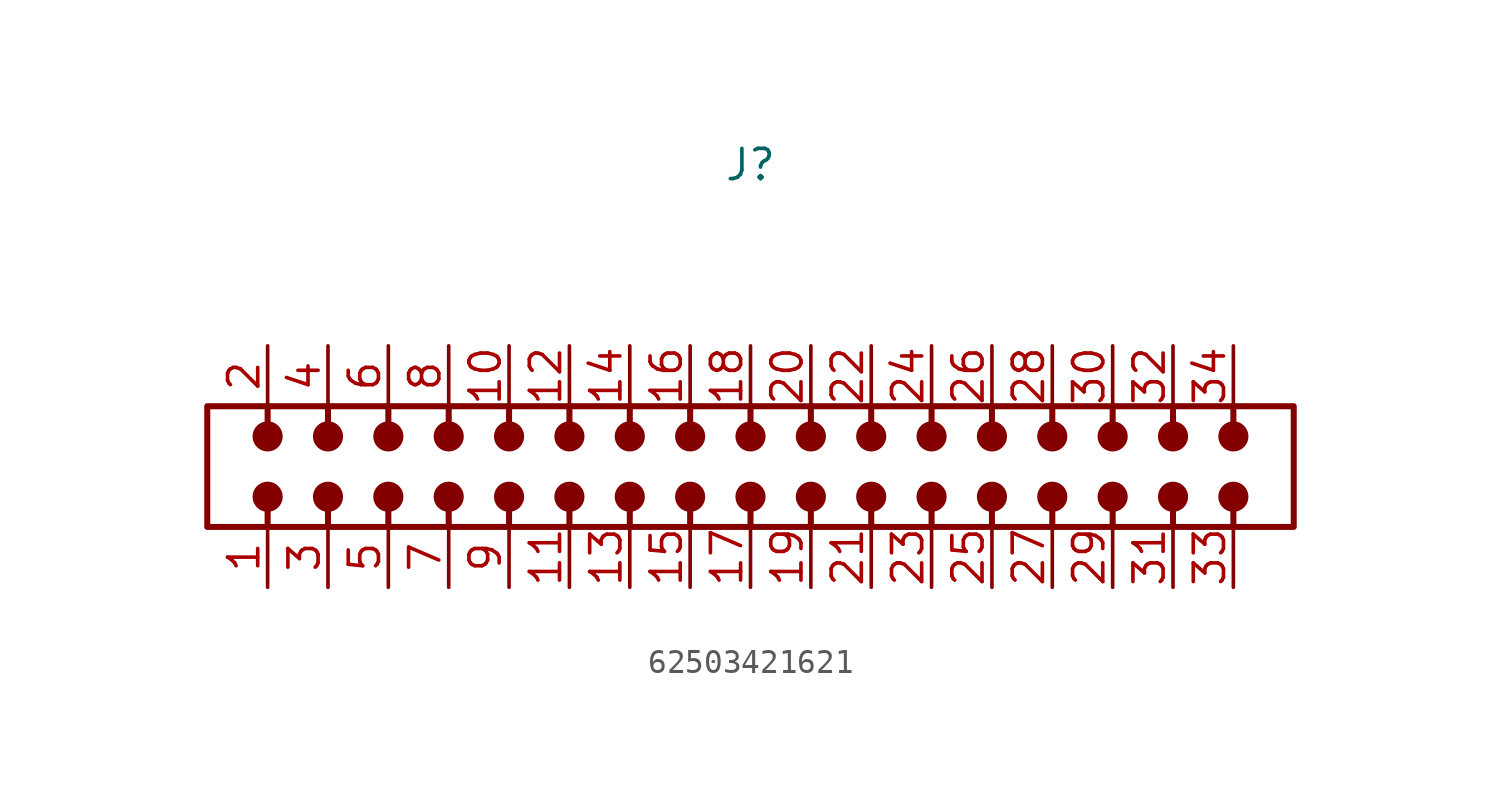
<source format=kicad_sym>
(kicad_symbol_lib
  (version 20241209)
  (generator "kicad_symbol_editor")
  (generator_version "9.0")
  (symbol "62503421621"
    (pin_names
      (hide yes))
    (property "Reference" "J"
      (at 0 12.7 0)
      (effects (font (size 1.27 1.27))))
    (symbol "62503421621_1_1"
      (rectangle (start -22.86 2.54) (end 22.86 -2.54) (stroke (width 0.254) (type solid)) (fill (type none)))
      (polyline (pts (xy -20.32 1.778) (xy -20.32 2.54)) (stroke (width 0.254) (type solid)) (fill (type none)))
      (circle (center -20.32 1.27) (radius 0.508) (stroke (width 0.254) (type solid)) (fill (type outline)))
      (circle (center -20.32 -1.27) (radius 0.508) (stroke (width 0.254) (type solid)) (fill (type outline)))
      (polyline (pts (xy -20.32 -1.778) (xy -20.32 -2.54)) (stroke (width 0.254) (type solid)) (fill (type none)))
      (polyline (pts (xy -17.78 1.778) (xy -17.78 2.54)) (stroke (width 0.254) (type solid)) (fill (type none)))
      (circle (center -17.78 1.27) (radius 0.508) (stroke (width 0.254) (type solid)) (fill (type outline)))
      (circle (center -17.78 -1.27) (radius 0.508) (stroke (width 0.254) (type solid)) (fill (type outline)))
      (polyline (pts (xy -17.78 -1.778) (xy -17.78 -2.54)) (stroke (width 0.254) (type solid)) (fill (type none)))
      (polyline (pts (xy -15.24 1.778) (xy -15.24 2.54)) (stroke (width 0.254) (type solid)) (fill (type none)))
      (circle (center -15.24 1.27) (radius 0.508) (stroke (width 0.254) (type solid)) (fill (type outline)))
      (circle (center -15.24 -1.27) (radius 0.508) (stroke (width 0.254) (type solid)) (fill (type outline)))
      (polyline (pts (xy -15.24 -1.778) (xy -15.24 -2.54)) (stroke (width 0.254) (type solid)) (fill (type none)))
      (polyline (pts (xy -12.7 1.778) (xy -12.7 2.54)) (stroke (width 0.254) (type solid)) (fill (type none)))
      (circle (center -12.7 1.27) (radius 0.508) (stroke (width 0.254) (type solid)) (fill (type outline)))
      (circle (center -12.7 -1.27) (radius 0.508) (stroke (width 0.254) (type solid)) (fill (type outline)))
      (polyline (pts (xy -12.7 -1.778) (xy -12.7 -2.54)) (stroke (width 0.254) (type solid)) (fill (type none)))
      (polyline (pts (xy -10.16 1.778) (xy -10.16 2.54)) (stroke (width 0.254) (type solid)) (fill (type none)))
      (circle (center -10.16 1.27) (radius 0.508) (stroke (width 0.254) (type solid)) (fill (type outline)))
      (circle (center -10.16 -1.27) (radius 0.508) (stroke (width 0.254) (type solid)) (fill (type outline)))
      (polyline (pts (xy -10.16 -1.778) (xy -10.16 -2.54)) (stroke (width 0.254) (type solid)) (fill (type none)))
      (polyline (pts (xy -7.62 1.778) (xy -7.62 2.54)) (stroke (width 0.254) (type solid)) (fill (type none)))
      (circle (center -7.62 1.27) (radius 0.508) (stroke (width 0.254) (type solid)) (fill (type outline)))
      (circle (center -7.62 -1.27) (radius 0.508) (stroke (width 0.254) (type solid)) (fill (type outline)))
      (polyline (pts (xy -7.62 -1.778) (xy -7.62 -2.54)) (stroke (width 0.254) (type solid)) (fill (type none)))
      (polyline (pts (xy -5.08 1.778) (xy -5.08 2.54)) (stroke (width 0.254) (type solid)) (fill (type none)))
      (circle (center -5.08 1.27) (radius 0.508) (stroke (width 0.254) (type solid)) (fill (type outline)))
      (circle (center -5.08 -1.27) (radius 0.508) (stroke (width 0.254) (type solid)) (fill (type outline)))
      (polyline (pts (xy -5.08 -1.778) (xy -5.08 -2.54)) (stroke (width 0.254) (type solid)) (fill (type none)))
      (polyline (pts (xy -2.54 1.778) (xy -2.54 2.54)) (stroke (width 0.254) (type solid)) (fill (type none)))
      (circle (center -2.54 1.27) (radius 0.508) (stroke (width 0.254) (type solid)) (fill (type outline)))
      (circle (center -2.54 -1.27) (radius 0.508) (stroke (width 0.254) (type solid)) (fill (type outline)))
      (polyline (pts (xy -2.54 -1.778) (xy -2.54 -2.54)) (stroke (width 0.254) (type solid)) (fill (type none)))
      (polyline (pts (xy 0 1.778) (xy 0 2.54)) (stroke (width 0.254) (type solid)) (fill (type none)))
      (circle (center 0 1.27) (radius 0.508) (stroke (width 0.254) (type solid)) (fill (type outline)))
      (circle (center 0 -1.27) (radius 0.508) (stroke (width 0.254) (type solid)) (fill (type outline)))
      (polyline (pts (xy 0 -1.778) (xy 0 -2.54)) (stroke (width 0.254) (type solid)) (fill (type none)))
      (polyline (pts (xy 2.54 1.778) (xy 2.54 2.54)) (stroke (width 0.254) (type solid)) (fill (type none)))
      (circle (center 2.54 1.27) (radius 0.508) (stroke (width 0.254) (type solid)) (fill (type outline)))
      (circle (center 2.54 -1.27) (radius 0.508) (stroke (width 0.254) (type solid)) (fill (type outline)))
      (polyline (pts (xy 2.54 -1.778) (xy 2.54 -2.54)) (stroke (width 0.254) (type solid)) (fill (type none)))
      (polyline (pts (xy 5.08 1.778) (xy 5.08 2.54)) (stroke (width 0.254) (type solid)) (fill (type none)))
      (circle (center 5.08 1.27) (radius 0.508) (stroke (width 0.254) (type solid)) (fill (type outline)))
      (circle (center 5.08 -1.27) (radius 0.508) (stroke (width 0.254) (type solid)) (fill (type outline)))
      (polyline (pts (xy 5.08 -1.778) (xy 5.08 -2.54)) (stroke (width 0.254) (type solid)) (fill (type none)))
      (polyline (pts (xy 7.62 1.778) (xy 7.62 2.54)) (stroke (width 0.254) (type solid)) (fill (type none)))
      (circle (center 7.62 1.27) (radius 0.508) (stroke (width 0.254) (type solid)) (fill (type outline)))
      (circle (center 7.62 -1.27) (radius 0.508) (stroke (width 0.254) (type solid)) (fill (type outline)))
      (polyline (pts (xy 7.62 -1.778) (xy 7.62 -2.54)) (stroke (width 0.254) (type solid)) (fill (type none)))
      (polyline (pts (xy 10.16 1.778) (xy 10.16 2.54)) (stroke (width 0.254) (type solid)) (fill (type none)))
      (circle (center 10.16 1.27) (radius 0.508) (stroke (width 0.254) (type solid)) (fill (type outline)))
      (circle (center 10.16 -1.27) (radius 0.508) (stroke (width 0.254) (type solid)) (fill (type outline)))
      (polyline (pts (xy 10.16 -1.778) (xy 10.16 -2.54)) (stroke (width 0.254) (type solid)) (fill (type none)))
      (polyline (pts (xy 12.7 1.778) (xy 12.7 2.54)) (stroke (width 0.254) (type solid)) (fill (type none)))
      (circle (center 12.7 1.27) (radius 0.508) (stroke (width 0.254) (type solid)) (fill (type outline)))
      (circle (center 12.7 -1.27) (radius 0.508) (stroke (width 0.254) (type solid)) (fill (type outline)))
      (polyline (pts (xy 12.7 -1.778) (xy 12.7 -2.54)) (stroke (width 0.254) (type solid)) (fill (type none)))
      (polyline (pts (xy 15.24 1.778) (xy 15.24 2.54)) (stroke (width 0.254) (type solid)) (fill (type none)))
      (circle (center 15.24 1.27) (radius 0.508) (stroke (width 0.254) (type solid)) (fill (type outline)))
      (circle (center 15.24 -1.27) (radius 0.508) (stroke (width 0.254) (type solid)) (fill (type outline)))
      (polyline (pts (xy 15.24 -1.778) (xy 15.24 -2.54)) (stroke (width 0.254) (type solid)) (fill (type none)))
      (polyline (pts (xy 17.78 1.778) (xy 17.78 2.54)) (stroke (width 0.254) (type solid)) (fill (type none)))
      (circle (center 17.78 1.27) (radius 0.508) (stroke (width 0.254) (type solid)) (fill (type outline)))
      (circle (center 17.78 -1.27) (radius 0.508) (stroke (width 0.254) (type solid)) (fill (type outline)))
      (polyline (pts (xy 17.78 -1.778) (xy 17.78 -2.54)) (stroke (width 0.254) (type solid)) (fill (type none)))
      (polyline (pts (xy 20.32 1.778) (xy 20.32 2.54)) (stroke (width 0.254) (type solid)) (fill (type none)))
      (circle (center 20.32 1.27) (radius 0.508) (stroke (width 0.254) (type solid)) (fill (type outline)))
      (circle (center 20.32 -1.27) (radius 0.508) (stroke (width 0.254) (type solid)) (fill (type outline)))
      (polyline (pts (xy 20.32 -1.778) (xy 20.32 -2.54)) (stroke (width 0.254) (type solid)) (fill (type none)))
      (pin passive line (at -20.32 5.08 270) (length 2.54) (name "2" (effects (font (size 1.27 1.27)))) (number "2" (effects (font (size 1.27 1.27)))))
      (pin passive line (at -20.32 -5.08 90) (length 2.54) (name "1" (effects (font (size 1.27 1.27)))) (number "1" (effects (font (size 1.27 1.27)))))
      (pin passive line (at -17.78 5.08 270) (length 2.54) (name "4" (effects (font (size 1.27 1.27)))) (number "4" (effects (font (size 1.27 1.27)))))
      (pin passive line (at -17.78 -5.08 90) (length 2.54) (name "3" (effects (font (size 1.27 1.27)))) (number "3" (effects (font (size 1.27 1.27)))))
      (pin passive line (at -15.24 5.08 270) (length 2.54) (name "6" (effects (font (size 1.27 1.27)))) (number "6" (effects (font (size 1.27 1.27)))))
      (pin passive line (at -15.24 -5.08 90) (length 2.54) (name "5" (effects (font (size 1.27 1.27)))) (number "5" (effects (font (size 1.27 1.27)))))
      (pin passive line (at -12.7 5.08 270) (length 2.54) (name "8" (effects (font (size 1.27 1.27)))) (number "8" (effects (font (size 1.27 1.27)))))
      (pin passive line (at -12.7 -5.08 90) (length 2.54) (name "7" (effects (font (size 1.27 1.27)))) (number "7" (effects (font (size 1.27 1.27)))))
      (pin passive line (at -10.16 5.08 270) (length 2.54) (name "10" (effects (font (size 1.27 1.27)))) (number "10" (effects (font (size 1.27 1.27)))))
      (pin passive line (at -10.16 -5.08 90) (length 2.54) (name "9" (effects (font (size 1.27 1.27)))) (number "9" (effects (font (size 1.27 1.27)))))
      (pin passive line (at -7.62 5.08 270) (length 2.54) (name "12" (effects (font (size 1.27 1.27)))) (number "12" (effects (font (size 1.27 1.27)))))
      (pin passive line (at -7.62 -5.08 90) (length 2.54) (name "11" (effects (font (size 1.27 1.27)))) (number "11" (effects (font (size 1.27 1.27)))))
      (pin passive line (at -5.08 5.08 270) (length 2.54) (name "14" (effects (font (size 1.27 1.27)))) (number "14" (effects (font (size 1.27 1.27)))))
      (pin passive line (at -5.08 -5.08 90) (length 2.54) (name "13" (effects (font (size 1.27 1.27)))) (number "13" (effects (font (size 1.27 1.27)))))
      (pin passive line (at -2.54 5.08 270) (length 2.54) (name "16" (effects (font (size 1.27 1.27)))) (number "16" (effects (font (size 1.27 1.27)))))
      (pin passive line (at -2.54 -5.08 90) (length 2.54) (name "15" (effects (font (size 1.27 1.27)))) (number "15" (effects (font (size 1.27 1.27)))))
      (pin passive line (at 0 5.08 270) (length 2.54) (name "18" (effects (font (size 1.27 1.27)))) (number "18" (effects (font (size 1.27 1.27)))))
      (pin passive line (at 0 -5.08 90) (length 2.54) (name "17" (effects (font (size 1.27 1.27)))) (number "17" (effects (font (size 1.27 1.27)))))
      (pin passive line (at 2.54 5.08 270) (length 2.54) (name "20" (effects (font (size 1.27 1.27)))) (number "20" (effects (font (size 1.27 1.27)))))
      (pin passive line (at 2.54 -5.08 90) (length 2.54) (name "19" (effects (font (size 1.27 1.27)))) (number "19" (effects (font (size 1.27 1.27)))))
      (pin passive line (at 5.08 5.08 270) (length 2.54) (name "22" (effects (font (size 1.27 1.27)))) (number "22" (effects (font (size 1.27 1.27)))))
      (pin passive line (at 5.08 -5.08 90) (length 2.54) (name "21" (effects (font (size 1.27 1.27)))) (number "21" (effects (font (size 1.27 1.27)))))
      (pin passive line (at 7.62 5.08 270) (length 2.54) (name "24" (effects (font (size 1.27 1.27)))) (number "24" (effects (font (size 1.27 1.27)))))
      (pin passive line (at 7.62 -5.08 90) (length 2.54) (name "23" (effects (font (size 1.27 1.27)))) (number "23" (effects (font (size 1.27 1.27)))))
      (pin passive line (at 10.16 5.08 270) (length 2.54) (name "26" (effects (font (size 1.27 1.27)))) (number "26" (effects (font (size 1.27 1.27)))))
      (pin passive line (at 10.16 -5.08 90) (length 2.54) (name "25" (effects (font (size 1.27 1.27)))) (number "25" (effects (font (size 1.27 1.27)))))
      (pin passive line (at 12.7 5.08 270) (length 2.54) (name "28" (effects (font (size 1.27 1.27)))) (number "28" (effects (font (size 1.27 1.27)))))
      (pin passive line (at 12.7 -5.08 90) (length 2.54) (name "27" (effects (font (size 1.27 1.27)))) (number "27" (effects (font (size 1.27 1.27)))))
      (pin passive line (at 15.24 5.08 270) (length 2.54) (name "30" (effects (font (size 1.27 1.27)))) (number "30" (effects (font (size 1.27 1.27)))))
      (pin passive line (at 15.24 -5.08 90) (length 2.54) (name "29" (effects (font (size 1.27 1.27)))) (number "29" (effects (font (size 1.27 1.27)))))
      (pin passive line (at 17.78 5.08 270) (length 2.54) (name "32" (effects (font (size 1.27 1.27)))) (number "32" (effects (font (size 1.27 1.27)))))
      (pin passive line (at 17.78 -5.08 90) (length 2.54) (name "31" (effects (font (size 1.27 1.27)))) (number "31" (effects (font (size 1.27 1.27)))))
      (pin passive line (at 20.32 5.08 270) (length 2.54) (name "34" (effects (font (size 1.27 1.27)))) (number "34" (effects (font (size 1.27 1.27)))))
      (pin passive line (at 20.32 -5.08 90) (length 2.54) (name "33" (effects (font (size 1.27 1.27)))) (number "33" (effects (font (size 1.27 1.27))))))))
</source>
